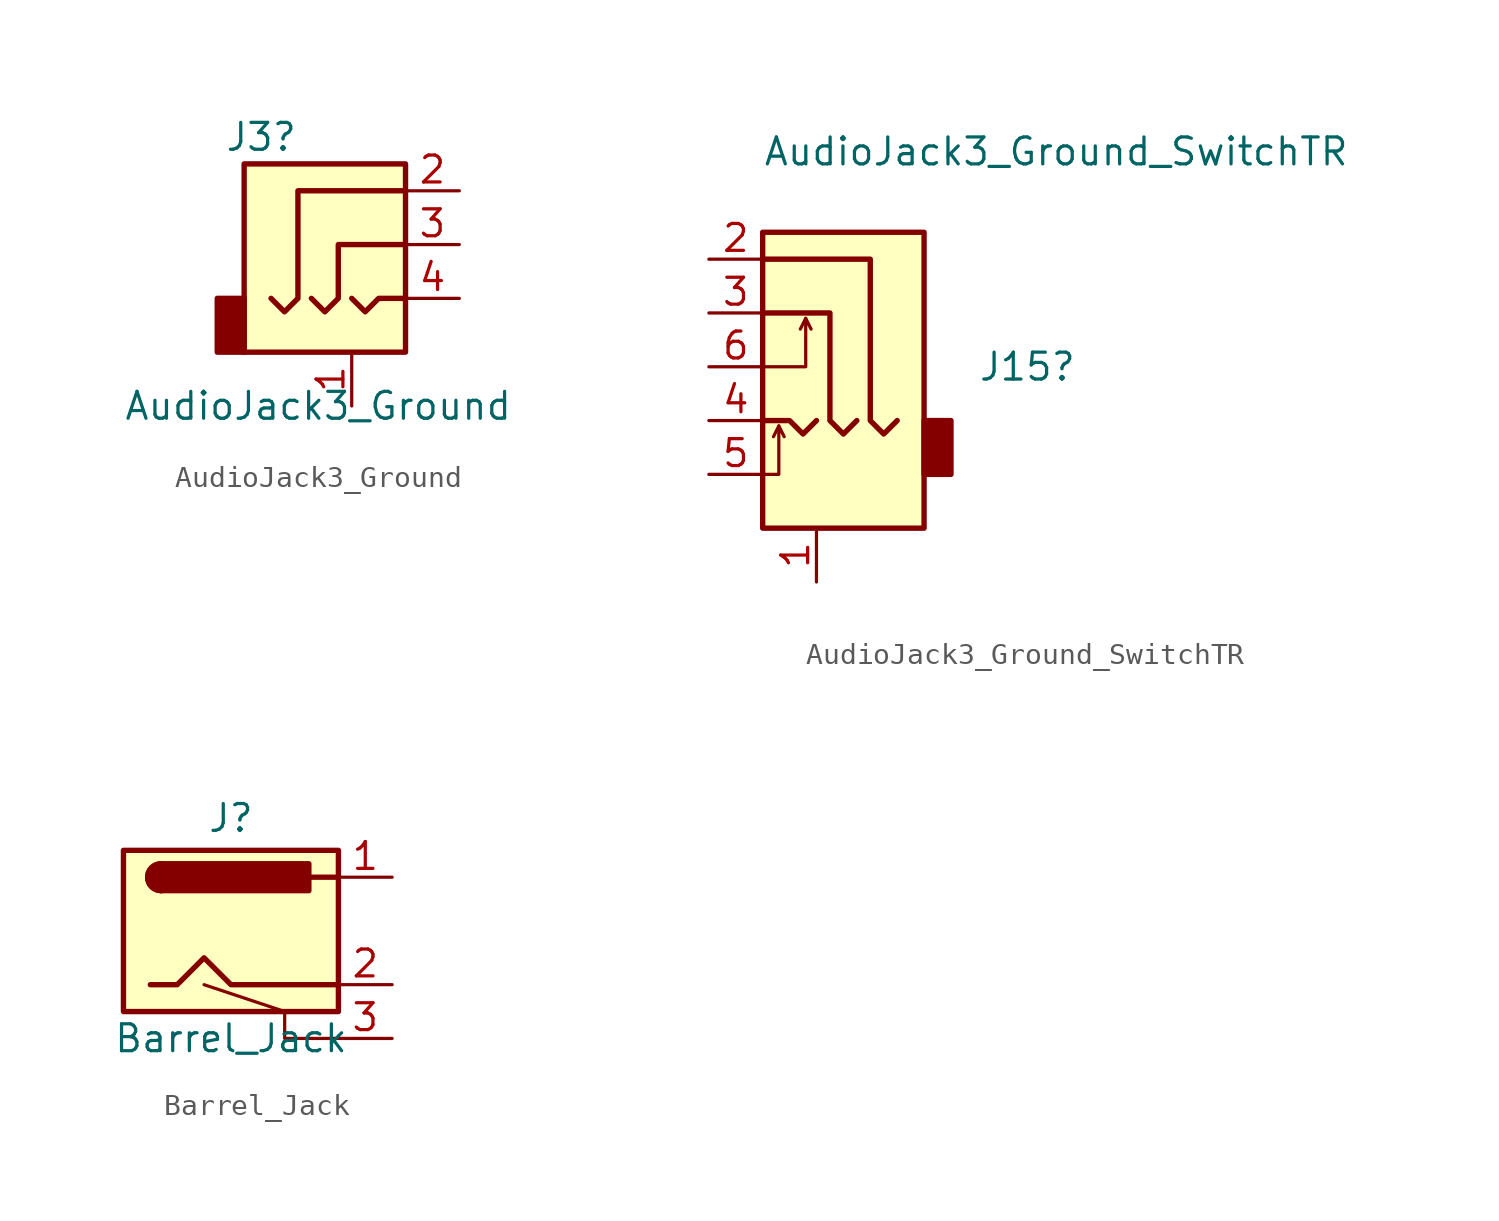
<source format=kicad_sym>
(kicad_symbol_lib
  (version 20220328)
  (generator kicad_symbol_editor)
  (symbol "AudioJack3_Ground"
    (property "Reference" "J3"
      (at -2.54 5.08 0)
      (effects (font (size 1.27 1.27)) (justify right)))
    (property "Value" "AudioJack3_Ground"
      (at 7.62 -7.62 0)
      (effects (font (size 1.27 1.27)) (justify right)))
    (symbol "AudioJack3_Ground_0_1"
      (rectangle (start -5.08 -2.54) (end -6.35 -5.08) (stroke (width 0.254) (type default)) (fill (type outline)))
      (polyline (pts (xy 0 -2.54) (xy 0.635 -3.175) (xy 1.27 -2.54) (xy 2.54 -2.54)) (stroke (width 0.254) (type default)) (fill (type none)))
      (polyline (pts (xy -1.905 -2.54) (xy -1.27 -3.175) (xy -0.635 -2.54) (xy -0.635 0) (xy 2.54 0)) (stroke (width 0.254) (type default)) (fill (type none)))
      (polyline (pts (xy 2.54 2.54) (xy -2.54 2.54) (xy -2.54 -2.54) (xy -3.175 -3.175) (xy -3.81 -2.54)) (stroke (width 0.254) (type default)) (fill (type none)))
      (rectangle (start 2.54 3.81) (end -5.08 -5.08) (stroke (width 0.254) (type default)) (fill (type background))))
    (symbol "AudioJack3_Ground_1_1"
      (pin passive line (at 0 -7.62 90) (length 2.54) (name "~" (effects (font (size 1.27 1.27)))) (number "1" (effects (font (size 1.27 1.27)))))
      (pin passive line (at 5.08 2.54 180) (length 2.54) (name "~" (effects (font (size 1.27 1.27)))) (number "2" (effects (font (size 1.27 1.27)))))
      (pin passive line (at 5.08 0 180) (length 2.54) (name "~" (effects (font (size 1.27 1.27)))) (number "3" (effects (font (size 1.27 1.27)))))
      (pin passive line (at 5.08 -2.54 180) (length 2.54) (name "~" (effects (font (size 1.27 1.27)))) (number "4" (effects (font (size 1.27 1.27)))))))
  (symbol "AudioJack3_Ground_SwitchTR"
    (property "Reference" "J15"
      (at 6.35 1.27 0)
      (effects (font (size 1.27 1.27)) (justify left)))
    (property "Value" "AudioJack3_Ground_SwitchTR"
      (at -3.81 11.43 0)
      (effects (font (size 1.27 1.27)) (justify left)))
    (symbol "AudioJack3_Ground_SwitchTR_0_1"
      (polyline (pts (xy -3.048 -1.524) (xy -3.302 -2.032)) (stroke (width 0) (type default)) (fill (type none)))
      (polyline (pts (xy -1.778 3.556) (xy -2.032 3.048)) (stroke (width 0) (type default)) (fill (type none)))
      (polyline (pts (xy -3.81 -3.81) (xy -3.048 -3.81) (xy -3.048 -1.524) (xy -2.794 -2.032)) (stroke (width 0) (type default)) (fill (type none)))
      (polyline (pts (xy -3.81 1.27) (xy -1.778 1.27) (xy -1.778 3.556) (xy -1.524 3.048)) (stroke (width 0) (type default)) (fill (type none)))
      (polyline (pts (xy -1.27 -1.27) (xy -1.905 -1.905) (xy -2.54 -1.27) (xy -3.81 -1.27)) (stroke (width 0.254) (type default)) (fill (type none)))
      (polyline (pts (xy -3.81 6.35) (xy 1.27 6.35) (xy 1.27 -1.27) (xy 1.905 -1.905) (xy 2.54 -1.27)) (stroke (width 0.254) (type default)) (fill (type none)))
      (polyline (pts (xy 0.635 -1.27) (xy 0 -1.905) (xy -0.635 -1.27) (xy -0.635 3.81) (xy -3.81 3.81)) (stroke (width 0.254) (type default)) (fill (type none)))
      (rectangle (start 3.81 -6.35) (end -3.81 7.62) (stroke (width 0.254) (type default)) (fill (type background)))
      (rectangle (start 5.08 -3.81) (end 3.81 -1.27) (stroke (width 0.254) (type default)) (fill (type outline))))
    (symbol "AudioJack3_Ground_SwitchTR_1_1"
      (pin passive line (at -1.27 -8.89 90) (length 2.54) (name "~" (effects (font (size 1.27 1.27)))) (number "1" (effects (font (size 1.27 1.27)))))
      (pin passive line (at -6.35 6.35 0) (length 2.54) (name "~" (effects (font (size 1.27 1.27)))) (number "2" (effects (font (size 1.27 1.27)))))
      (pin passive line (at -6.35 3.81 0) (length 2.54) (name "~" (effects (font (size 1.27 1.27)))) (number "3" (effects (font (size 1.27 1.27)))))
      (pin passive line (at -6.35 -1.27 0) (length 2.54) (name "~" (effects (font (size 1.27 1.27)))) (number "4" (effects (font (size 1.27 1.27)))))
      (pin passive line (at -6.35 -3.81 0) (length 2.54) (name "~" (effects (font (size 1.27 1.27)))) (number "5" (effects (font (size 1.27 1.27)))))
      (pin passive line (at -6.35 1.27 0) (length 2.54) (name "~" (effects (font (size 1.27 1.27)))) (number "6" (effects (font (size 1.27 1.27)))))))
  (symbol "Barrel_Jack"
    (property "Reference" "J"
      (at 0 5.334 0)
      (effects (font (size 1.27 1.27))))
    (property "Value" "Barrel_Jack"
      (at 0 -5.08 0)
      (effects (font (size 1.27 1.27))))
    (symbol "Barrel_Jack_0_1"
      (rectangle (start -5.08 3.81) (end 5.08 -3.81) (stroke (width 0.254) (type default)) (fill (type background)))
      (arc (start -3.302 3.175) (mid -3.937 2.54) (end -3.302 1.905) (stroke (width 0.254) (type default)) (fill (type none)))
      (arc (start -3.302 3.175) (mid -3.937 2.54) (end -3.302 1.905) (stroke (width 0.254) (type default)) (fill (type outline)))
      (polyline (pts (xy 5.08 2.54) (xy 3.81 2.54)) (stroke (width 0.254) (type default)) (fill (type none)))
      (polyline (pts (xy 5.08 -5.08) (xy 2.54 -5.08) (xy 2.54 -3.81) (xy -1.27 -2.54)) (stroke (width 0) (type default)) (fill (type none)))
      (polyline (pts (xy -3.81 -2.54) (xy -2.54 -2.54) (xy -1.27 -1.27) (xy 0 -2.54) (xy 2.54 -2.54) (xy 5.08 -2.54)) (stroke (width 0.254) (type default)) (fill (type none)))
      (rectangle (start 3.683 3.175) (end -3.302 1.905) (stroke (width 0.254) (type default)) (fill (type outline))))
    (symbol "Barrel_Jack_1_1"
      (pin passive line (at 7.62 2.54 180) (length 2.54) (name "~" (effects (font (size 1.27 1.27)))) (number "1" (effects (font (size 1.27 1.27)))))
      (pin passive line (at 7.62 -2.54 180) (length 2.54) (name "~" (effects (font (size 1.27 1.27)))) (number "2" (effects (font (size 1.27 1.27)))))
      (pin passive line (at 7.62 -5.08 180) (length 2.54) (name "~" (effects (font (size 1.27 1.27)))) (number "3" (effects (font (size 1.27 1.27))))))))
</source>
